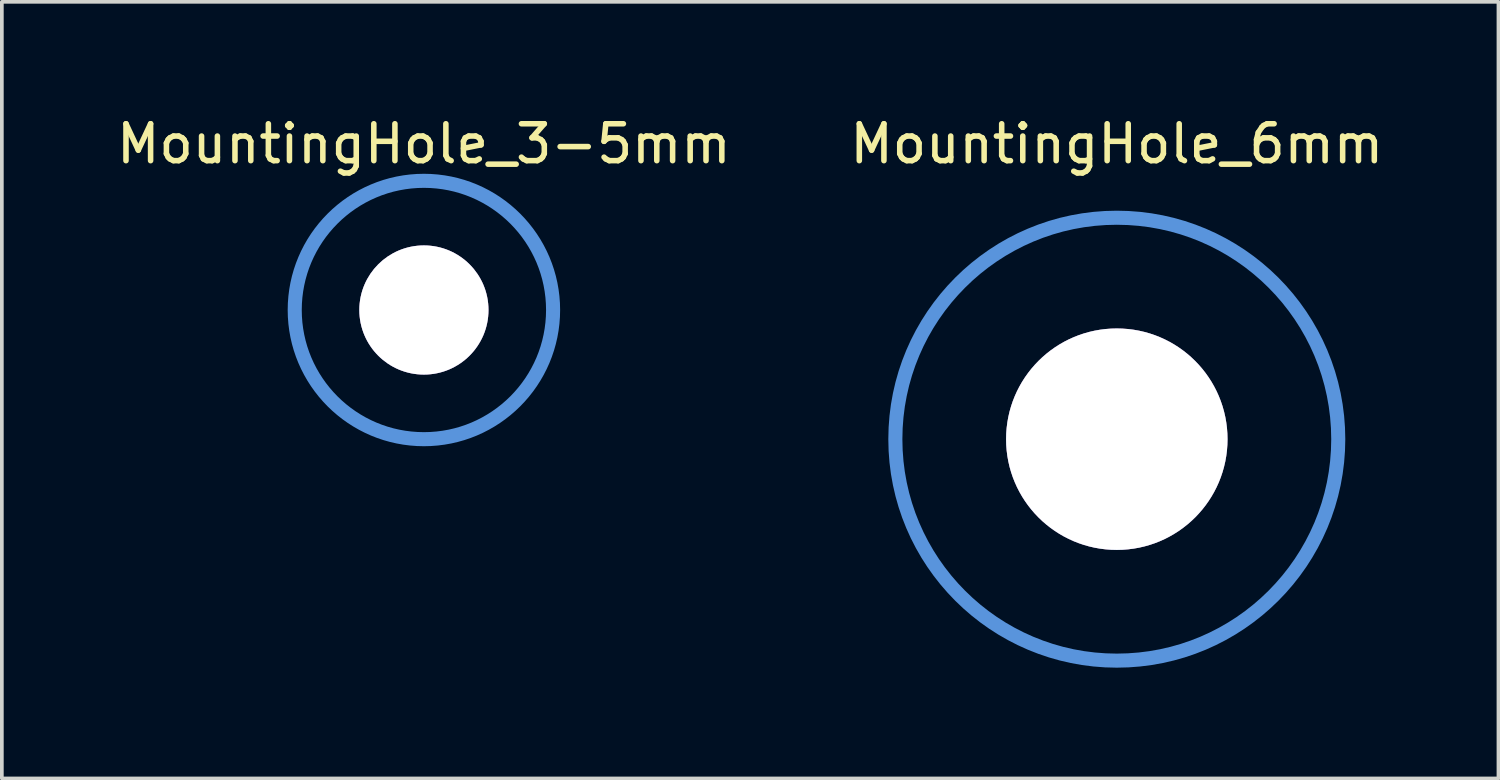
<source format=kicad_pcb>
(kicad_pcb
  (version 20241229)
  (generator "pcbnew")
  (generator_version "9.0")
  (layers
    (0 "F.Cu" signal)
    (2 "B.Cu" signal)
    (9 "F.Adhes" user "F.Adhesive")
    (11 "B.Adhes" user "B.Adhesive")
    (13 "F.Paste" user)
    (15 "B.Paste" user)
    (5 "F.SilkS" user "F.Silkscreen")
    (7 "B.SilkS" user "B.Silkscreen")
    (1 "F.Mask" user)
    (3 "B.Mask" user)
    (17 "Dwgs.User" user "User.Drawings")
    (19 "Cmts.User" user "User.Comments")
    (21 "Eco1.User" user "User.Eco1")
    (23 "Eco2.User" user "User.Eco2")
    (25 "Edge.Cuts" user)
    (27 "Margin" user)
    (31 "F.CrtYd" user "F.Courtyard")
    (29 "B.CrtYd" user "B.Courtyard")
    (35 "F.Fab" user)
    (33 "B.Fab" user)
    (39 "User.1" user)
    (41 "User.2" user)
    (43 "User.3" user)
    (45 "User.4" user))
  (footprint "MountingHole_3-5mm"
    (layer "F.Cu")
    (at 8.435 5.349)
    (property "Reference" "MountingHole_3-5mm" (at 0 -4.501 0) (layer "F.SilkS") (effects (font (size 1 1) (thickness 0.15))))
    (attr through_hole)
    (fp_circle (center 0 0) (end 3.5 0) (stroke (width 0.381) (type solid)) (fill no) (layer "Cmts.User"))
    (pad "" thru_hole circle (at 0 0) (size 3.5 3.5) (drill 3.5) (layers)))
  (footprint "MountingHole_6mm"
    (layer "F.Cu")
    (at 27.208 8.849)
    (property "Reference" "MountingHole_6mm" (at 0 -8.001 0) (layer "F.SilkS") (effects (font (size 1 1) (thickness 0.15))))
    (attr through_hole)
    (fp_circle (center 0 0) (end 6 0) (stroke (width 0.381) (type solid)) (fill no) (layer "Cmts.User"))
    (pad "" thru_hole circle (at 0 0) (size 6 6) (drill 6) (layers)))
  (gr_rect
    (start -3 -3)
    (end 37.548 18.04)
    (stroke (width 0.1) (type default))
    (fill no)
    (layer "Edge.Cuts")))
</source>
